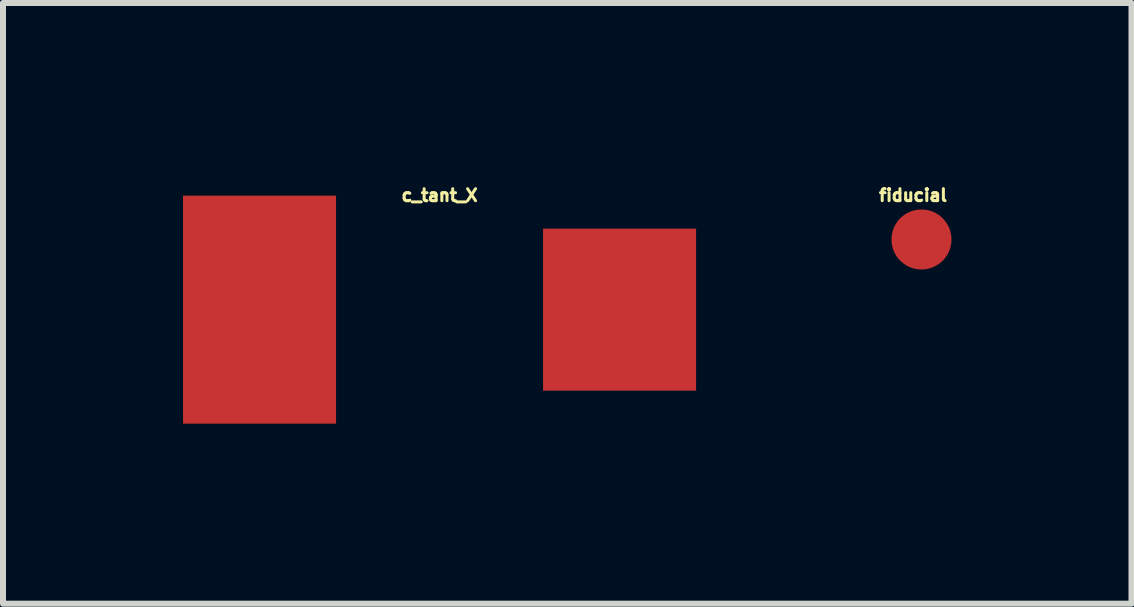
<source format=kicad_pcb>
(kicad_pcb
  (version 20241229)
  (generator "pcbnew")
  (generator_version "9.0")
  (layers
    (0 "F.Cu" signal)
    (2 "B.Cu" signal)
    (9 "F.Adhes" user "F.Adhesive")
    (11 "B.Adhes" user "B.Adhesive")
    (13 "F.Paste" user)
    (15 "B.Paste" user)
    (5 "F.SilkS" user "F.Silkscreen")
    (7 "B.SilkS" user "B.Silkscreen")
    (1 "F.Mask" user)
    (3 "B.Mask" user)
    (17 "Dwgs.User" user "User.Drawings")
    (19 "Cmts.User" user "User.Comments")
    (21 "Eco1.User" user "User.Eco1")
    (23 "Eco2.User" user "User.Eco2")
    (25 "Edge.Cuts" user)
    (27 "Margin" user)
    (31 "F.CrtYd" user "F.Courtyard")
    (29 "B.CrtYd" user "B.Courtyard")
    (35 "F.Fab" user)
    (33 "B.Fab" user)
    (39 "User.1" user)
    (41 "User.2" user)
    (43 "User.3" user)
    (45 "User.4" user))
  (footprint "fiducial"
    (layer "F.Cu")
    (at 12.306 0.941)
    (property "Reference" "fiducial" (at -0.14 -0.737 0) (layer "F.SilkS") (effects (font (size 0.2 0.2) (thickness 0.05))))
    (attr through_hole)
    (pad "1" smd circle (at 0 0) (size 1 1) (layers "F.Cu" "F.Mask")))
  (footprint "c_tant_X"
    (layer "F.Cu")
    (at 4.275 2.11)
    (property "Reference" "c_tant_X" (at 0 -1.905 0) (layer "F.SilkS") (effects (font (size 0.2 0.2) (thickness 0.05))))
    (attr smd)
    (pad "1" smd rect (at 3 0) (size 2.55 2.7) (layers "F.Cu" "F.Mask" "F.Paste"))
    (pad "2" smd rect (at -3 0) (size 2.55 3.8) (layers "F.Cu" "F.Mask" "F.Paste")))
  (gr_rect
    (start -3 -3)
    (end 15.806 7.01)
    (stroke (width 0.1) (type default))
    (fill no)
    (layer "Edge.Cuts")))
</source>
